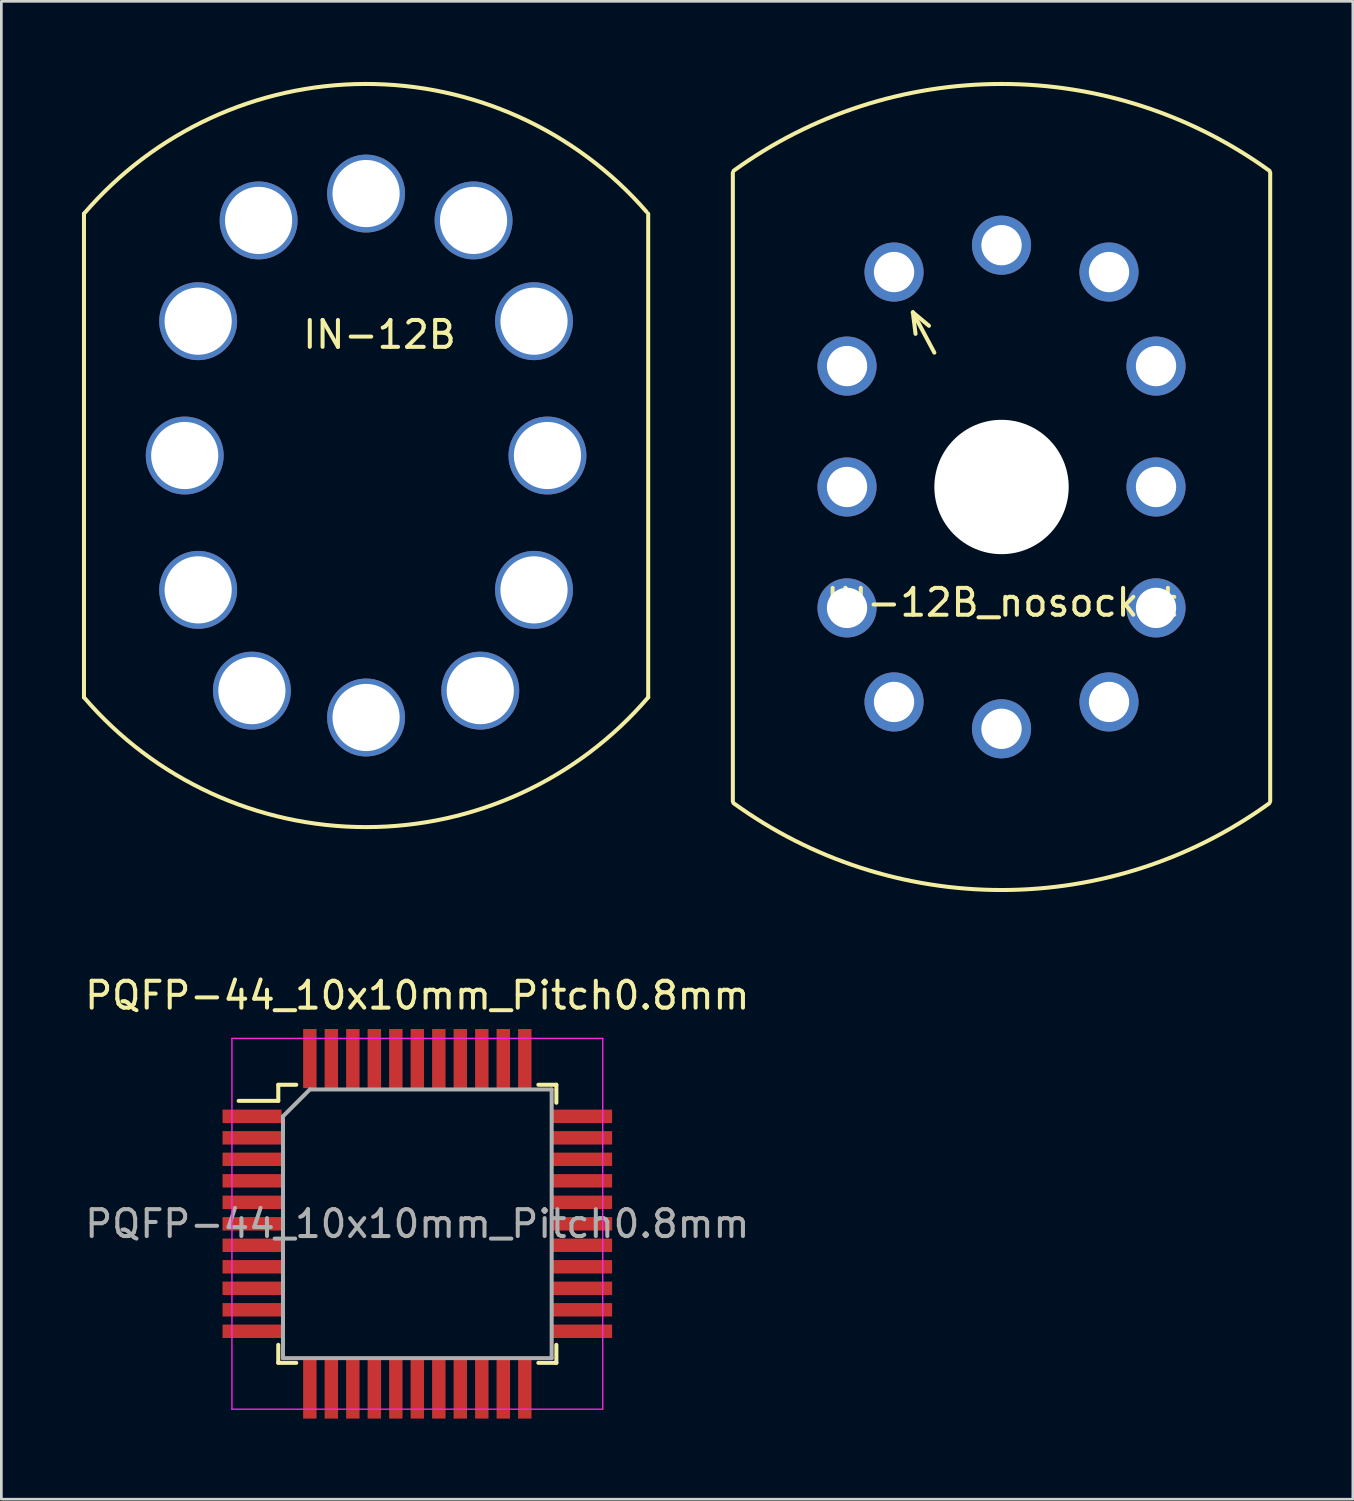
<source format=kicad_pcb>
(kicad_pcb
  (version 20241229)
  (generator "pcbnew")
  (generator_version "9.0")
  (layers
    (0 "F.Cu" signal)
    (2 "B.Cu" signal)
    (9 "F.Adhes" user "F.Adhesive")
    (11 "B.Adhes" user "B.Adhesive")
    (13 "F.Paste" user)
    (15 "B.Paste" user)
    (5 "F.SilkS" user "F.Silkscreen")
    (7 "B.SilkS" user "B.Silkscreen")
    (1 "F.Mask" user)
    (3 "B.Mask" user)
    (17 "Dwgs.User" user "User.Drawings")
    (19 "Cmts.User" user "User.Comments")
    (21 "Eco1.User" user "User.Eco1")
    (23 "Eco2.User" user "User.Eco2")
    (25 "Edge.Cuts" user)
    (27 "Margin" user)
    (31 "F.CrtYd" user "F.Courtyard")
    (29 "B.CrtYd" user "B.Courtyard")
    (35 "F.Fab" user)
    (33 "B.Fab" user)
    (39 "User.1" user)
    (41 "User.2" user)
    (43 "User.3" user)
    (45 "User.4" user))
  (footprint "IN-12B"
    (layer "F.Cu")
    (at 10.575 13.904)
    (property "Reference" "IN-12B" (at 0.5 -4.5 0) (layer "F.SilkS") (effects (font (size 1 1) (thickness 0.15))))
    (attr through_hole)
    (fp_line (start -10.5 -9) (end -10.5 9) (stroke (width 0.15) (type solid)) (layer "F.SilkS"))
    (fp_line (start 10.5 9) (end 10.5 -9) (stroke (width 0.15) (type solid)) (layer "F.SilkS"))
    (fp_arc (start -10.5 -9) (mid -0.049214 -13.829229) (end 10.435679 -9.074503) (stroke (width 0.15) (type solid)) (layer "F.SilkS"))
    (fp_arc (start 10.5 9) (mid 0 13.829317) (end -10.5 9) (stroke (width 0.15) (type solid)) (layer "F.SilkS"))
    (pad "1" thru_hole circle (at -4 -8.75) (size 2.9 2.9) (drill 2.5) (layers "*.Cu" "*.Mask"))
    (pad "2" thru_hole circle (at -6.25 -5) (size 2.9 2.9) (drill 2.5) (layers "*.Cu" "*.Mask"))
    (pad "3" thru_hole circle (at -6.75 0) (size 2.9 2.9) (drill 2.5) (layers "*.Cu" "*.Mask"))
    (pad "4" thru_hole circle (at -6.25 5) (size 2.9 2.9) (drill 2.5) (layers "*.Cu" "*.Mask"))
    (pad "5" thru_hole circle (at -4.25 8.75) (size 2.9 2.9) (drill 2.5) (layers "*.Cu" "*.Mask"))
    (pad "6" thru_hole circle (at 0 9.75) (size 2.9 2.9) (drill 2.5) (layers "*.Cu" "*.Mask"))
    (pad "7" thru_hole circle (at 4.25 8.75) (size 2.9 2.9) (drill 2.5) (layers "*.Cu" "*.Mask"))
    (pad "8" thru_hole circle (at 6.25 5) (size 2.9 2.9) (drill 2.5) (layers "*.Cu" "*.Mask"))
    (pad "9" thru_hole circle (at 6.75 0) (size 2.9 2.9) (drill 2.5) (layers "*.Cu" "*.Mask"))
    (pad "10" thru_hole circle (at 6.25 -5) (size 2.9 2.9) (drill 2.5) (layers "*.Cu" "*.Mask"))
    (pad "11" thru_hole circle (at 4 -8.75) (size 2.9 2.9) (drill 2.5) (layers "*.Cu" "*.Mask"))
    (pad "12" thru_hole circle (at 0 -9.75) (size 2.9 2.9) (drill 2.5) (layers "*.Cu" "*.Mask")))
  (footprint "PQFP-44_10x10mm_Pitch0.8mm"
    (layer "F.Cu")
    (at 12.482 42.498)
    (property "Reference" "PQFP-44_10x10mm_Pitch0.8mm" (at 0 -8.5 0) (layer "F.SilkS") (effects (font (size 1 1) (thickness 0.15))))
    (attr smd)
    (fp_line (start -5.175 -5.175) (end -5.175 -4.575) (stroke (width 0.15) (type solid)) (layer "F.SilkS"))
    (fp_line (start -5.175 -5.175) (end -4.505 -5.175) (stroke (width 0.15) (type solid)) (layer "F.SilkS"))
    (fp_line (start -5.175 -4.575) (end -6.65 -4.575) (stroke (width 0.15) (type solid)) (layer "F.SilkS"))
    (fp_line (start -5.175 5.175) (end -5.175 4.505) (stroke (width 0.15) (type solid)) (layer "F.SilkS"))
    (fp_line (start -5.175 5.175) (end -4.505 5.175) (stroke (width 0.15) (type solid)) (layer "F.SilkS"))
    (fp_line (start 5.175 -5.175) (end 4.505 -5.175) (stroke (width 0.15) (type solid)) (layer "F.SilkS"))
    (fp_line (start 5.175 -5.175) (end 5.175 -4.505) (stroke (width 0.15) (type solid)) (layer "F.SilkS"))
    (fp_line (start 5.175 5.175) (end 4.505 5.175) (stroke (width 0.15) (type solid)) (layer "F.SilkS"))
    (fp_line (start 5.175 5.175) (end 5.175 4.505) (stroke (width 0.15) (type solid)) (layer "F.SilkS"))
    (fp_line (start -6.9 -6.9) (end -6.9 6.9) (stroke (width 0.05) (type solid)) (layer "F.CrtYd"))
    (fp_line (start -6.9 -6.9) (end 6.9 -6.9) (stroke (width 0.05) (type solid)) (layer "F.CrtYd"))
    (fp_line (start -6.9 6.9) (end 6.9 6.9) (stroke (width 0.05) (type solid)) (layer "F.CrtYd"))
    (fp_line (start 6.9 -6.9) (end 6.9 6.9) (stroke (width 0.05) (type solid)) (layer "F.CrtYd"))
    (fp_line (start -5 -4) (end -4 -5) (stroke (width 0.15) (type solid)) (layer "F.Fab"))
    (fp_line (start -5 5) (end -5 -4) (stroke (width 0.15) (type solid)) (layer "F.Fab"))
    (fp_line (start -4 -5) (end 5 -5) (stroke (width 0.15) (type solid)) (layer "F.Fab"))
    (fp_line (start 5 -5) (end 5 5) (stroke (width 0.15) (type solid)) (layer "F.Fab"))
    (fp_line (start 5 5) (end -5 5) (stroke (width 0.15) (type solid)) (layer "F.Fab"))
    (fp_text user "${REFERENCE}" (at 0 0 0) (layer "F.Fab") (effects (font (size 1 1) (thickness 0.15))))
    (pad "1" smd rect (at -6.15 -4) (size 2.2 0.5) (layers "F.Cu" "F.Mask" "F.Paste"))
    (pad "2" smd rect (at -6.15 -3.2) (size 2.2 0.5) (layers "F.Cu" "F.Mask" "F.Paste"))
    (pad "3" smd rect (at -6.15 -2.4) (size 2.2 0.5) (layers "F.Cu" "F.Mask" "F.Paste"))
    (pad "4" smd rect (at -6.15 -1.6) (size 2.2 0.5) (layers "F.Cu" "F.Mask" "F.Paste"))
    (pad "5" smd rect (at -6.15 -0.8) (size 2.2 0.5) (layers "F.Cu" "F.Mask" "F.Paste"))
    (pad "6" smd rect (at -6.15 0) (size 2.2 0.5) (layers "F.Cu" "F.Mask" "F.Paste"))
    (pad "7" smd rect (at -6.15 0.8) (size 2.2 0.5) (layers "F.Cu" "F.Mask" "F.Paste"))
    (pad "8" smd rect (at -6.15 1.6) (size 2.2 0.5) (layers "F.Cu" "F.Mask" "F.Paste"))
    (pad "9" smd rect (at -6.15 2.4) (size 2.2 0.5) (layers "F.Cu" "F.Mask" "F.Paste"))
    (pad "10" smd rect (at -6.15 3.2) (size 2.2 0.5) (layers "F.Cu" "F.Mask" "F.Paste"))
    (pad "11" smd rect (at -6.15 4) (size 2.2 0.5) (layers "F.Cu" "F.Mask" "F.Paste"))
    (pad "12" smd rect (at -4 6.15 90) (size 2.2 0.5) (layers "F.Cu" "F.Mask" "F.Paste"))
    (pad "13" smd rect (at -3.2 6.15 90) (size 2.2 0.5) (layers "F.Cu" "F.Mask" "F.Paste"))
    (pad "14" smd rect (at -2.4 6.15 90) (size 2.2 0.5) (layers "F.Cu" "F.Mask" "F.Paste"))
    (pad "15" smd rect (at -1.6 6.15 90) (size 2.2 0.5) (layers "F.Cu" "F.Mask" "F.Paste"))
    (pad "16" smd rect (at -0.8 6.15 90) (size 2.2 0.5) (layers "F.Cu" "F.Mask" "F.Paste"))
    (pad "17" smd rect (at 0 6.15 90) (size 2.2 0.5) (layers "F.Cu" "F.Mask" "F.Paste"))
    (pad "18" smd rect (at 0.8 6.15 90) (size 2.2 0.5) (layers "F.Cu" "F.Mask" "F.Paste"))
    (pad "19" smd rect (at 1.6 6.15 90) (size 2.2 0.5) (layers "F.Cu" "F.Mask" "F.Paste"))
    (pad "20" smd rect (at 2.4 6.15 90) (size 2.2 0.5) (layers "F.Cu" "F.Mask" "F.Paste"))
    (pad "21" smd rect (at 3.2 6.15 90) (size 2.2 0.5) (layers "F.Cu" "F.Mask" "F.Paste"))
    (pad "22" smd rect (at 4 6.15 90) (size 2.2 0.5) (layers "F.Cu" "F.Mask" "F.Paste"))
    (pad "23" smd rect (at 6.15 4) (size 2.2 0.5) (layers "F.Cu" "F.Mask" "F.Paste"))
    (pad "24" smd rect (at 6.15 3.2) (size 2.2 0.5) (layers "F.Cu" "F.Mask" "F.Paste"))
    (pad "25" smd rect (at 6.15 2.4) (size 2.2 0.5) (layers "F.Cu" "F.Mask" "F.Paste"))
    (pad "26" smd rect (at 6.15 1.6) (size 2.2 0.5) (layers "F.Cu" "F.Mask" "F.Paste"))
    (pad "27" smd rect (at 6.15 0.8) (size 2.2 0.5) (layers "F.Cu" "F.Mask" "F.Paste"))
    (pad "28" smd rect (at 6.15 0) (size 2.2 0.5) (layers "F.Cu" "F.Mask" "F.Paste"))
    (pad "29" smd rect (at 6.15 -0.8) (size 2.2 0.5) (layers "F.Cu" "F.Mask" "F.Paste"))
    (pad "30" smd rect (at 6.15 -1.6) (size 2.2 0.5) (layers "F.Cu" "F.Mask" "F.Paste"))
    (pad "31" smd rect (at 6.15 -2.4) (size 2.2 0.5) (layers "F.Cu" "F.Mask" "F.Paste"))
    (pad "32" smd rect (at 6.15 -3.2) (size 2.2 0.5) (layers "F.Cu" "F.Mask" "F.Paste"))
    (pad "33" smd rect (at 6.15 -4) (size 2.2 0.5) (layers "F.Cu" "F.Mask" "F.Paste"))
    (pad "34" smd rect (at 4 -6.15 90) (size 2.2 0.5) (layers "F.Cu" "F.Mask" "F.Paste"))
    (pad "35" smd rect (at 3.2 -6.15 90) (size 2.2 0.5) (layers "F.Cu" "F.Mask" "F.Paste"))
    (pad "36" smd rect (at 2.4 -6.15 90) (size 2.2 0.5) (layers "F.Cu" "F.Mask" "F.Paste"))
    (pad "37" smd rect (at 1.6 -6.15 90) (size 2.2 0.5) (layers "F.Cu" "F.Mask" "F.Paste"))
    (pad "38" smd rect (at 0.8 -6.15 90) (size 2.2 0.5) (layers "F.Cu" "F.Mask" "F.Paste"))
    (pad "39" smd rect (at 0 -6.15 90) (size 2.2 0.5) (layers "F.Cu" "F.Mask" "F.Paste"))
    (pad "40" smd rect (at -0.8 -6.15 90) (size 2.2 0.5) (layers "F.Cu" "F.Mask" "F.Paste"))
    (pad "41" smd rect (at -1.6 -6.15 90) (size 2.2 0.5) (layers "F.Cu" "F.Mask" "F.Paste"))
    (pad "42" smd rect (at -2.4 -6.15 90) (size 2.2 0.5) (layers "F.Cu" "F.Mask" "F.Paste"))
    (pad "43" smd rect (at -3.2 -6.15 90) (size 2.2 0.5) (layers "F.Cu" "F.Mask" "F.Paste"))
    (pad "44" smd rect (at -4 -6.15 90) (size 2.2 0.5) (layers "F.Cu" "F.Mask" "F.Paste")))
  (footprint "IN-12B_nosocket"
    (layer "F.Cu")
    (at 34.225 15.075)
    (property "Reference" "IN-12B_nosocket" (at 0 4.3 0) (layer "F.SilkS") (effects (font (size 1 1) (thickness 0.15))))
    (attr through_hole)
    (fp_line (start -10 -11.7) (end -10 11.7) (stroke (width 0.15) (type solid)) (layer "F.SilkS"))
    (fp_line (start -3.3 -6.5) (end -3.2 -5.7) (stroke (width 0.15) (type solid)) (layer "F.SilkS"))
    (fp_line (start -3.3 -6.5) (end -2.7 -6) (stroke (width 0.15) (type solid)) (layer "F.SilkS"))
    (fp_line (start -2.5 -5) (end -3.3 -6.5) (stroke (width 0.15) (type solid)) (layer "F.SilkS"))
    (fp_line (start 10 11.7) (end 10 -11.7) (stroke (width 0.15) (type solid)) (layer "F.SilkS"))
    (fp_arc (start -9.96833 -11.770708) (mid -5.239178 -14.172539) (end 0 -15) (stroke (width 0.15) (type solid)) (layer "F.SilkS"))
    (fp_arc (start 0 -15) (mid 5.2432 -14.171235) (end 9.975179 -11.765747) (stroke (width 0.15) (type solid)) (layer "F.SilkS"))
    (fp_arc (start 0 15) (mid -5.2432 14.171235) (end -9.975179 11.765747) (stroke (width 0.15) (type solid)) (layer "F.SilkS"))
    (fp_arc (start 9.96833 11.770708) (mid 5.239178 14.172539) (end 0 15) (stroke (width 0.15) (type solid)) (layer "F.SilkS"))
    (pad "" np_thru_hole circle (at 0 0) (size 5 5) (drill 5) (layers "*.Cu"))
    (pad "1" thru_hole circle (at -4 -8) (size 2.2 2.2) (drill 1.5) (layers "*.Cu" "*.Mask"))
    (pad "2" thru_hole circle (at -5.75 -4.5) (size 2.2 2.2) (drill 1.5) (layers "*.Cu" "*.Mask"))
    (pad "3" thru_hole circle (at -5.75 0) (size 2.2 2.2) (drill 1.5) (layers "*.Cu" "*.Mask"))
    (pad "4" thru_hole circle (at -5.75 4.5) (size 2.2 2.2) (drill 1.5) (layers "*.Cu" "*.Mask"))
    (pad "5" thru_hole circle (at -4 8) (size 2.2 2.2) (drill 1.5) (layers "*.Cu" "*.Mask"))
    (pad "6" thru_hole circle (at 0 9) (size 2.2 2.2) (drill 1.5) (layers "*.Cu" "*.Mask"))
    (pad "7" thru_hole circle (at 4 8) (size 2.2 2.2) (drill 1.5) (layers "*.Cu" "*.Mask"))
    (pad "8" thru_hole circle (at 5.75 4.5) (size 2.2 2.2) (drill 1.5) (layers "*.Cu" "*.Mask"))
    (pad "9" thru_hole circle (at 5.75 0) (size 2.2 2.2) (drill 1.5) (layers "*.Cu" "*.Mask"))
    (pad "10" thru_hole circle (at 5.75 -4.5) (size 2.2 2.2) (drill 1.5) (layers "*.Cu" "*.Mask"))
    (pad "11" thru_hole circle (at 4 -8) (size 2.2 2.2) (drill 1.5) (layers "*.Cu" "*.Mask"))
    (pad "12" thru_hole circle (at 0 -9) (size 2.2 2.2) (drill 1.5) (layers "*.Cu" "*.Mask")))
  (gr_rect
    (start -3 -3)
    (end 47.3 52.748)
    (stroke (width 0.1) (type default))
    (fill no)
    (layer "Edge.Cuts")))
</source>
